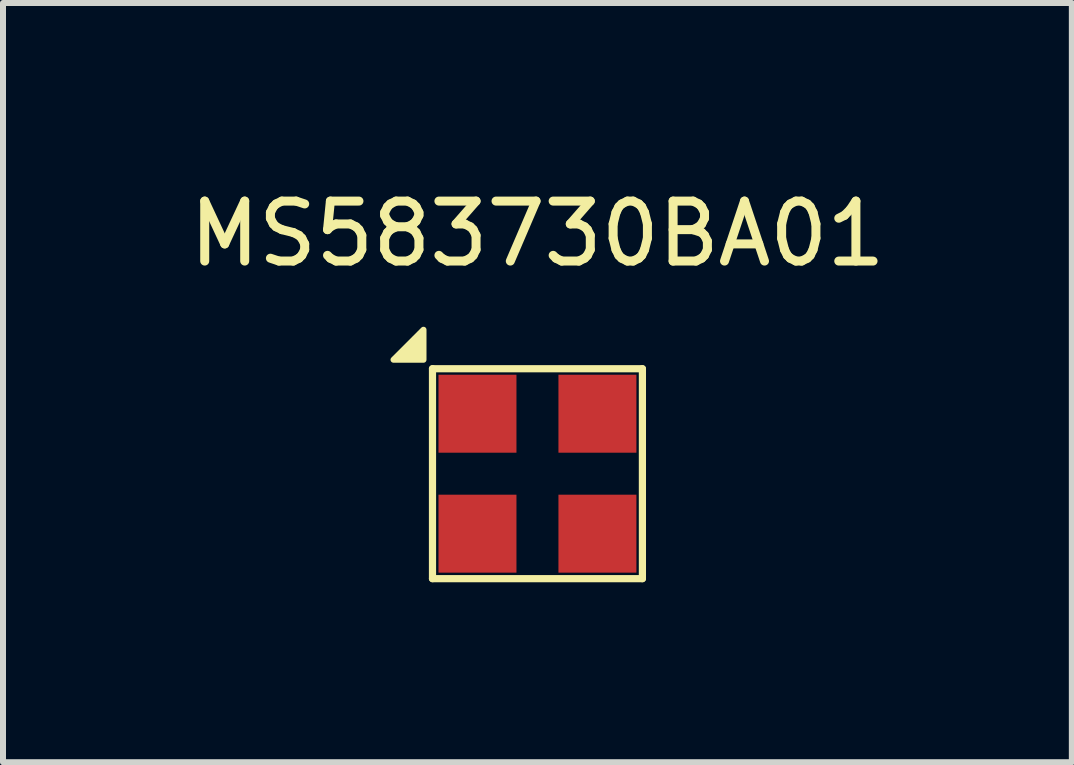
<source format=kicad_pcb>
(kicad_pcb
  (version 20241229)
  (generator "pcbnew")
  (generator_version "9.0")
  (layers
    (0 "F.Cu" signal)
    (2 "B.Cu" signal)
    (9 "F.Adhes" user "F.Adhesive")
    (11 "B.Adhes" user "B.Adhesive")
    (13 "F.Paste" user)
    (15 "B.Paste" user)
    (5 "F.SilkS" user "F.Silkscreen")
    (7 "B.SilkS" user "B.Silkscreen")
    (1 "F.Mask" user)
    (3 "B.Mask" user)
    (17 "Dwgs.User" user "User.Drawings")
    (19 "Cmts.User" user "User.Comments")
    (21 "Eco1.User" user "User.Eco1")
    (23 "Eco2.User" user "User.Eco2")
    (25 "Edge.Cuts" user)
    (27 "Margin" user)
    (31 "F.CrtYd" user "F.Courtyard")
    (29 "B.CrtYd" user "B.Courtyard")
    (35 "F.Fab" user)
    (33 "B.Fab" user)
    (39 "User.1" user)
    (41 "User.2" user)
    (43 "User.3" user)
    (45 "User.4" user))
  (footprint "MS583730BA01"
    (layer "F.Cu")
    (at 5.911 4.848)
    (property "Reference" "MS583730BA01" (at 0 -4 0) (unlocked yes) (layer "F.SilkS") (effects (font (size 1 1) (thickness 0.15))))
    (fp_line (start -1.75 -1.75) (end 1.75 -1.75) (stroke (width 0.12) (type solid)) (layer "F.SilkS"))
    (fp_line (start -1.75 1.75) (end -1.75 -1.75) (stroke (width 0.12) (type solid)) (layer "F.SilkS"))
    (fp_line (start 1.75 -1.75) (end 1.75 1.75) (stroke (width 0.12) (type solid)) (layer "F.SilkS"))
    (fp_line (start 1.75 1.75) (end -1.75 1.75) (stroke (width 0.12) (type solid)) (layer "F.SilkS"))
    (fp_poly (pts (xy -1.9 -1.9) (xy -2.4 -1.9) (xy -1.9 -2.4)) (stroke (width 0.1) (type solid)) (fill yes) (layer "F.SilkS"))
    (pad "1" smd rect (at -1 -1) (size 1.3 1.3) (layers "F.Cu" "F.Mask" "F.Paste"))
    (pad "2" smd rect (at -1 1) (size 1.3 1.3) (layers "F.Cu" "F.Mask" "F.Paste"))
    (pad "3" smd rect (at 1 1) (size 1.3 1.3) (layers "F.Cu" "F.Mask" "F.Paste"))
    (pad "4" smd rect (at 1 -1) (size 1.3 1.3) (layers "F.Cu" "F.Mask" "F.Paste")))
  (gr_rect
    (start -3 -3)
    (end 14.821 9.658)
    (stroke (width 0.1) (type default))
    (fill no)
    (layer "Edge.Cuts")))
</source>
